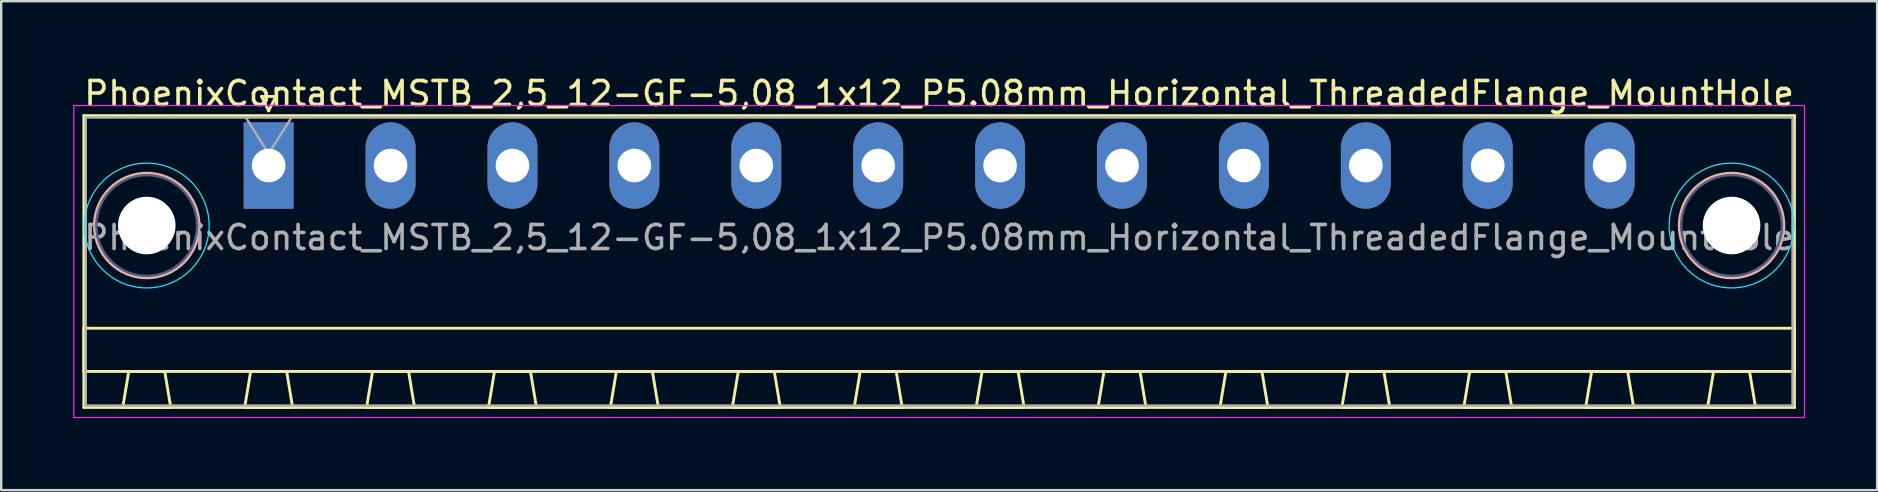
<source format=kicad_pcb>
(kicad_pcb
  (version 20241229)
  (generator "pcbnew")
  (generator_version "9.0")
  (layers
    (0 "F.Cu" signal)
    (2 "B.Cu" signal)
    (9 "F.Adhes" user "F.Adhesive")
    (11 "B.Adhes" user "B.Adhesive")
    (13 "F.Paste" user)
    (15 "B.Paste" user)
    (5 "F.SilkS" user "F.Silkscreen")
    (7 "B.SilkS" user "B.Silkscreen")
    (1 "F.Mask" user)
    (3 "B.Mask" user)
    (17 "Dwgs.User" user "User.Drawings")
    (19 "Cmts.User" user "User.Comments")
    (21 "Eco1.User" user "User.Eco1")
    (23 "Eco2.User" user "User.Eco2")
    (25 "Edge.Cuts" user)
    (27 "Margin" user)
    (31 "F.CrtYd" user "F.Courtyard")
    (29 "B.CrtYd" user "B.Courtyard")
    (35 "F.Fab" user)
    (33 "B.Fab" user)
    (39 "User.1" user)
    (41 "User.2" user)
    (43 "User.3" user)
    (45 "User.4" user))
  (footprint "PhoenixContact_MSTB_2,5_12-GF-5,08_1x12_P5.08mm_Horizontal_ThreadedFlange_MountHole"
    (layer "F.Cu")
    (at 8.145 3.848)
    (property "Reference" "PhoenixContact_MSTB_2,5_12-GF-5,08_1x12_P5.08mm_Horizontal_ThreadedFlange_MountHole" (at 27.94 -3 0) (layer "F.SilkS") (effects (font (size 1 1) (thickness 0.15))))
    (attr through_hole)
    (fp_line (start -7.7 -2.08) (end -7.7 10.08) (stroke (width 0.12) (type solid)) (layer "F.SilkS"))
    (fp_line (start -7.7 6.78) (end 63.58 6.78) (stroke (width 0.12) (type solid)) (layer "F.SilkS"))
    (fp_line (start -7.7 8.58) (end -7.7 6.78) (stroke (width 0.12) (type solid)) (layer "F.SilkS"))
    (fp_line (start -7.7 10.08) (end 63.58 10.08) (stroke (width 0.12) (type solid)) (layer "F.SilkS"))
    (fp_line (start -6.08 10.08) (end -4.08 10.08) (stroke (width 0.12) (type solid)) (layer "F.SilkS"))
    (fp_line (start -5.83 8.58) (end -6.08 10.08) (stroke (width 0.12) (type solid)) (layer "F.SilkS"))
    (fp_line (start -4.33 8.58) (end -5.83 8.58) (stroke (width 0.12) (type solid)) (layer "F.SilkS"))
    (fp_line (start -4.08 10.08) (end -4.33 8.58) (stroke (width 0.12) (type solid)) (layer "F.SilkS"))
    (fp_line (start -1 10.08) (end 1 10.08) (stroke (width 0.12) (type solid)) (layer "F.SilkS"))
    (fp_line (start -0.75 8.58) (end -1 10.08) (stroke (width 0.12) (type solid)) (layer "F.SilkS"))
    (fp_line (start -0.3 -2.88) (end 0.3 -2.88) (stroke (width 0.12) (type solid)) (layer "F.SilkS"))
    (fp_line (start 0 -2.28) (end -0.3 -2.88) (stroke (width 0.12) (type solid)) (layer "F.SilkS"))
    (fp_line (start 0.3 -2.88) (end 0 -2.28) (stroke (width 0.12) (type solid)) (layer "F.SilkS"))
    (fp_line (start 0.75 8.58) (end -0.75 8.58) (stroke (width 0.12) (type solid)) (layer "F.SilkS"))
    (fp_line (start 1 10.08) (end 0.75 8.58) (stroke (width 0.12) (type solid)) (layer "F.SilkS"))
    (fp_line (start 4.08 10.08) (end 6.08 10.08) (stroke (width 0.12) (type solid)) (layer "F.SilkS"))
    (fp_line (start 4.33 8.58) (end 4.08 10.08) (stroke (width 0.12) (type solid)) (layer "F.SilkS"))
    (fp_line (start 5.83 8.58) (end 4.33 8.58) (stroke (width 0.12) (type solid)) (layer "F.SilkS"))
    (fp_line (start 6.08 10.08) (end 5.83 8.58) (stroke (width 0.12) (type solid)) (layer "F.SilkS"))
    (fp_line (start 9.16 10.08) (end 11.16 10.08) (stroke (width 0.12) (type solid)) (layer "F.SilkS"))
    (fp_line (start 9.41 8.58) (end 9.16 10.08) (stroke (width 0.12) (type solid)) (layer "F.SilkS"))
    (fp_line (start 10.91 8.58) (end 9.41 8.58) (stroke (width 0.12) (type solid)) (layer "F.SilkS"))
    (fp_line (start 11.16 10.08) (end 10.91 8.58) (stroke (width 0.12) (type solid)) (layer "F.SilkS"))
    (fp_line (start 14.24 10.08) (end 16.24 10.08) (stroke (width 0.12) (type solid)) (layer "F.SilkS"))
    (fp_line (start 14.49 8.58) (end 14.24 10.08) (stroke (width 0.12) (type solid)) (layer "F.SilkS"))
    (fp_line (start 15.99 8.58) (end 14.49 8.58) (stroke (width 0.12) (type solid)) (layer "F.SilkS"))
    (fp_line (start 16.24 10.08) (end 15.99 8.58) (stroke (width 0.12) (type solid)) (layer "F.SilkS"))
    (fp_line (start 19.32 10.08) (end 21.32 10.08) (stroke (width 0.12) (type solid)) (layer "F.SilkS"))
    (fp_line (start 19.57 8.58) (end 19.32 10.08) (stroke (width 0.12) (type solid)) (layer "F.SilkS"))
    (fp_line (start 21.07 8.58) (end 19.57 8.58) (stroke (width 0.12) (type solid)) (layer "F.SilkS"))
    (fp_line (start 21.32 10.08) (end 21.07 8.58) (stroke (width 0.12) (type solid)) (layer "F.SilkS"))
    (fp_line (start 24.4 10.08) (end 26.4 10.08) (stroke (width 0.12) (type solid)) (layer "F.SilkS"))
    (fp_line (start 24.65 8.58) (end 24.4 10.08) (stroke (width 0.12) (type solid)) (layer "F.SilkS"))
    (fp_line (start 26.15 8.58) (end 24.65 8.58) (stroke (width 0.12) (type solid)) (layer "F.SilkS"))
    (fp_line (start 26.4 10.08) (end 26.15 8.58) (stroke (width 0.12) (type solid)) (layer "F.SilkS"))
    (fp_line (start 29.48 10.08) (end 31.48 10.08) (stroke (width 0.12) (type solid)) (layer "F.SilkS"))
    (fp_line (start 29.73 8.58) (end 29.48 10.08) (stroke (width 0.12) (type solid)) (layer "F.SilkS"))
    (fp_line (start 31.23 8.58) (end 29.73 8.58) (stroke (width 0.12) (type solid)) (layer "F.SilkS"))
    (fp_line (start 31.48 10.08) (end 31.23 8.58) (stroke (width 0.12) (type solid)) (layer "F.SilkS"))
    (fp_line (start 34.56 10.08) (end 36.56 10.08) (stroke (width 0.12) (type solid)) (layer "F.SilkS"))
    (fp_line (start 34.81 8.58) (end 34.56 10.08) (stroke (width 0.12) (type solid)) (layer "F.SilkS"))
    (fp_line (start 36.31 8.58) (end 34.81 8.58) (stroke (width 0.12) (type solid)) (layer "F.SilkS"))
    (fp_line (start 36.56 10.08) (end 36.31 8.58) (stroke (width 0.12) (type solid)) (layer "F.SilkS"))
    (fp_line (start 39.64 10.08) (end 41.64 10.08) (stroke (width 0.12) (type solid)) (layer "F.SilkS"))
    (fp_line (start 39.89 8.58) (end 39.64 10.08) (stroke (width 0.12) (type solid)) (layer "F.SilkS"))
    (fp_line (start 41.39 8.58) (end 39.89 8.58) (stroke (width 0.12) (type solid)) (layer "F.SilkS"))
    (fp_line (start 41.64 10.08) (end 41.39 8.58) (stroke (width 0.12) (type solid)) (layer "F.SilkS"))
    (fp_line (start 44.72 10.08) (end 46.72 10.08) (stroke (width 0.12) (type solid)) (layer "F.SilkS"))
    (fp_line (start 44.97 8.58) (end 44.72 10.08) (stroke (width 0.12) (type solid)) (layer "F.SilkS"))
    (fp_line (start 46.47 8.58) (end 44.97 8.58) (stroke (width 0.12) (type solid)) (layer "F.SilkS"))
    (fp_line (start 46.72 10.08) (end 46.47 8.58) (stroke (width 0.12) (type solid)) (layer "F.SilkS"))
    (fp_line (start 49.8 10.08) (end 51.8 10.08) (stroke (width 0.12) (type solid)) (layer "F.SilkS"))
    (fp_line (start 50.05 8.58) (end 49.8 10.08) (stroke (width 0.12) (type solid)) (layer "F.SilkS"))
    (fp_line (start 51.55 8.58) (end 50.05 8.58) (stroke (width 0.12) (type solid)) (layer "F.SilkS"))
    (fp_line (start 51.8 10.08) (end 51.55 8.58) (stroke (width 0.12) (type solid)) (layer "F.SilkS"))
    (fp_line (start 54.88 10.08) (end 56.88 10.08) (stroke (width 0.12) (type solid)) (layer "F.SilkS"))
    (fp_line (start 55.13 8.58) (end 54.88 10.08) (stroke (width 0.12) (type solid)) (layer "F.SilkS"))
    (fp_line (start 56.63 8.58) (end 55.13 8.58) (stroke (width 0.12) (type solid)) (layer "F.SilkS"))
    (fp_line (start 56.88 10.08) (end 56.63 8.58) (stroke (width 0.12) (type solid)) (layer "F.SilkS"))
    (fp_line (start 59.96 10.08) (end 61.96 10.08) (stroke (width 0.12) (type solid)) (layer "F.SilkS"))
    (fp_line (start 60.21 8.58) (end 59.96 10.08) (stroke (width 0.12) (type solid)) (layer "F.SilkS"))
    (fp_line (start 61.71 8.58) (end 60.21 8.58) (stroke (width 0.12) (type solid)) (layer "F.SilkS"))
    (fp_line (start 61.96 10.08) (end 61.71 8.58) (stroke (width 0.12) (type solid)) (layer "F.SilkS"))
    (fp_line (start 63.58 -2.08) (end -7.7 -2.08) (stroke (width 0.12) (type solid)) (layer "F.SilkS"))
    (fp_line (start 63.58 6.78) (end 63.58 8.58) (stroke (width 0.12) (type solid)) (layer "F.SilkS"))
    (fp_line (start 63.58 8.58) (end -7.7 8.58) (stroke (width 0.12) (type solid)) (layer "F.SilkS"))
    (fp_line (start 63.58 10.08) (end 63.58 -2.08) (stroke (width 0.12) (type solid)) (layer "F.SilkS"))
    (fp_circle (center -5.08 2.5) (end -2.9 2.5) (stroke (width 0.12) (type solid)) (fill no) (layer "B.SilkS"))
    (fp_circle (center 60.96 2.5) (end 63.14 2.5) (stroke (width 0.12) (type solid)) (fill no) (layer "B.SilkS"))
    (fp_circle (center -5.08 2.5) (end -2.48 2.5) (stroke (width 0.05) (type solid)) (fill no) (layer "B.CrtYd"))
    (fp_circle (center 60.96 2.5) (end 63.56 2.5) (stroke (width 0.05) (type solid)) (fill no) (layer "B.CrtYd"))
    (fp_line (start -8.12 -2.5) (end -8.12 10.5) (stroke (width 0.05) (type solid)) (layer "F.CrtYd"))
    (fp_line (start -8.12 10.5) (end 64 10.5) (stroke (width 0.05) (type solid)) (layer "F.CrtYd"))
    (fp_line (start 64 -2.5) (end -8.12 -2.5) (stroke (width 0.05) (type solid)) (layer "F.CrtYd"))
    (fp_line (start 64 10.5) (end 64 -2.5) (stroke (width 0.05) (type solid)) (layer "F.CrtYd"))
    (fp_circle (center -5.08 2.5) (end -2.98 2.5) (stroke (width 0.1) (type solid)) (fill no) (layer "B.Fab"))
    (fp_circle (center 60.96 2.5) (end 63.06 2.5) (stroke (width 0.1) (type solid)) (fill no) (layer "B.Fab"))
    (fp_line (start -7.62 -2) (end -7.62 10) (stroke (width 0.1) (type solid)) (layer "F.Fab"))
    (fp_line (start -7.62 10) (end 63.5 10) (stroke (width 0.1) (type solid)) (layer "F.Fab"))
    (fp_line (start 0 -0.5) (end -0.95 -2) (stroke (width 0.1) (type solid)) (layer "F.Fab"))
    (fp_line (start 0.95 -2) (end 0 -0.5) (stroke (width 0.1) (type solid)) (layer "F.Fab"))
    (fp_line (start 63.5 -2) (end -7.62 -2) (stroke (width 0.1) (type solid)) (layer "F.Fab"))
    (fp_line (start 63.5 10) (end 63.5 -2) (stroke (width 0.1) (type solid)) (layer "F.Fab"))
    (fp_text user "${REFERENCE}" (at 27.94 3 0) (layer "F.Fab") (effects (font (size 1 1) (thickness 0.15))))
    (pad "" np_thru_hole circle (at -5.08 2.5) (size 2.4 2.4) (drill 2.4) (layers "*.Cu" "*.Mask"))
    (pad "" np_thru_hole circle (at 60.96 2.5) (size 2.4 2.4) (drill 2.4) (layers "*.Cu" "*.Mask"))
    (pad "1" thru_hole rect (at 0 0) (size 2.08 3.6) (drill 1.4) (layers "*.Cu" "*.Mask"))
    (pad "2" thru_hole oval (at 5.08 0) (size 2.08 3.6) (drill 1.4) (layers "*.Cu" "*.Mask"))
    (pad "3" thru_hole oval (at 10.16 0) (size 2.08 3.6) (drill 1.4) (layers "*.Cu" "*.Mask"))
    (pad "4" thru_hole oval (at 15.24 0) (size 2.08 3.6) (drill 1.4) (layers "*.Cu" "*.Mask"))
    (pad "5" thru_hole oval (at 20.32 0) (size 2.08 3.6) (drill 1.4) (layers "*.Cu" "*.Mask"))
    (pad "6" thru_hole oval (at 25.4 0) (size 2.08 3.6) (drill 1.4) (layers "*.Cu" "*.Mask"))
    (pad "7" thru_hole oval (at 30.48 0) (size 2.08 3.6) (drill 1.4) (layers "*.Cu" "*.Mask"))
    (pad "8" thru_hole oval (at 35.56 0) (size 2.08 3.6) (drill 1.4) (layers "*.Cu" "*.Mask"))
    (pad "9" thru_hole oval (at 40.64 0) (size 2.08 3.6) (drill 1.4) (layers "*.Cu" "*.Mask"))
    (pad "10" thru_hole oval (at 45.72 0) (size 2.08 3.6) (drill 1.4) (layers "*.Cu" "*.Mask"))
    (pad "11" thru_hole oval (at 50.8 0) (size 2.08 3.6) (drill 1.4) (layers "*.Cu" "*.Mask"))
    (pad "12" thru_hole oval (at 55.88 0) (size 2.08 3.6) (drill 1.4) (layers "*.Cu" "*.Mask")))
  (gr_rect
    (start -3 -3)
    (end 75.17 17.373)
    (stroke (width 0.1) (type default))
    (fill no)
    (layer "Edge.Cuts")))
</source>
